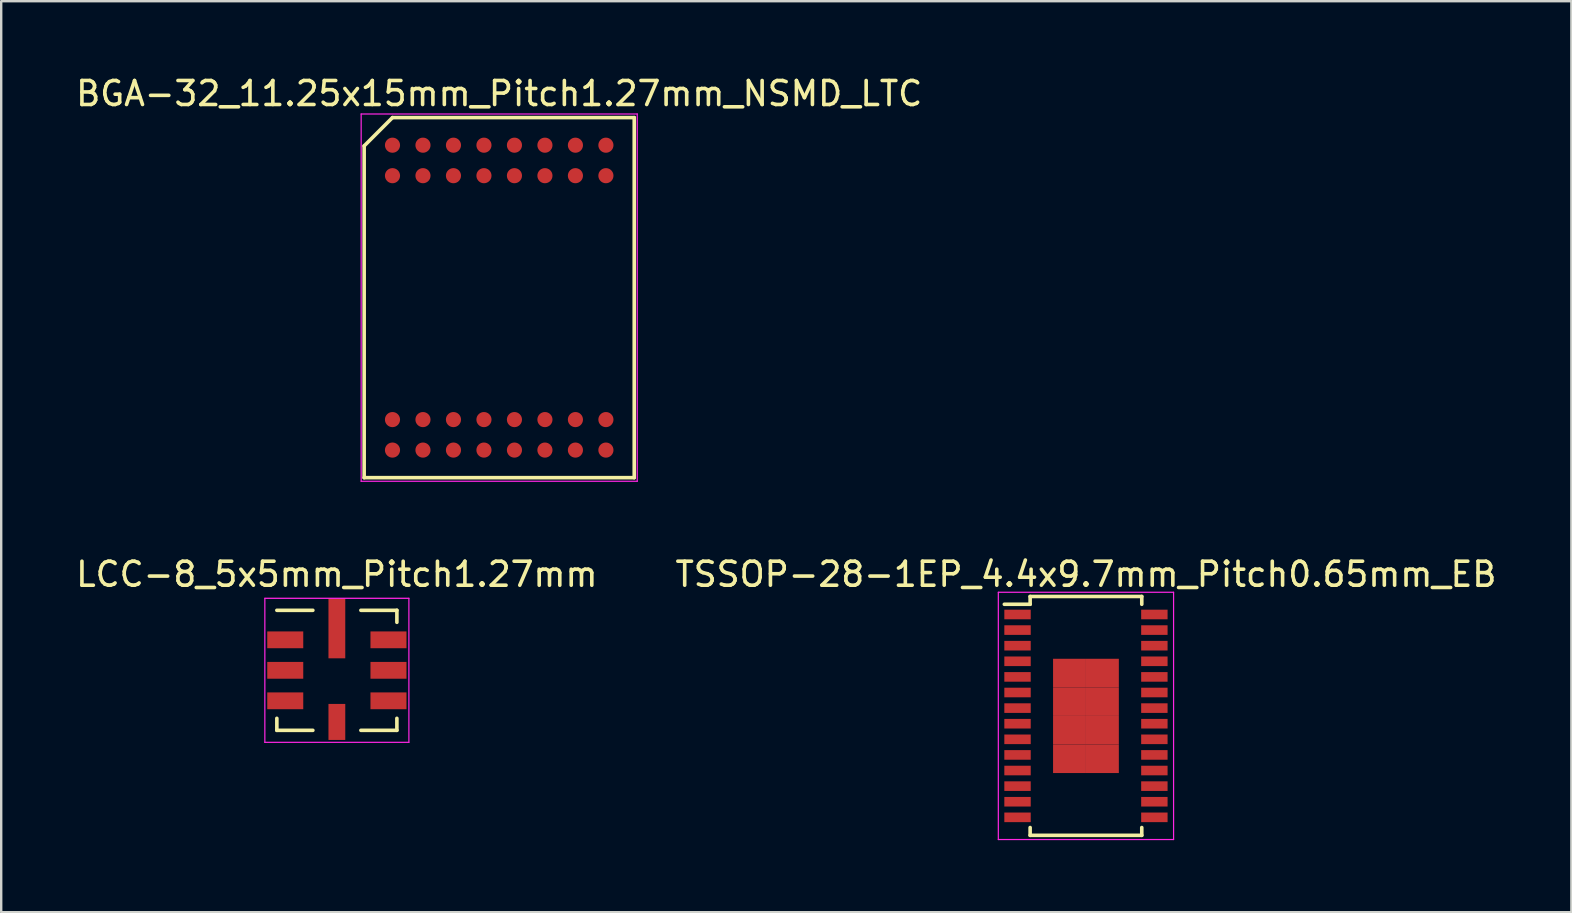
<source format=kicad_pcb>
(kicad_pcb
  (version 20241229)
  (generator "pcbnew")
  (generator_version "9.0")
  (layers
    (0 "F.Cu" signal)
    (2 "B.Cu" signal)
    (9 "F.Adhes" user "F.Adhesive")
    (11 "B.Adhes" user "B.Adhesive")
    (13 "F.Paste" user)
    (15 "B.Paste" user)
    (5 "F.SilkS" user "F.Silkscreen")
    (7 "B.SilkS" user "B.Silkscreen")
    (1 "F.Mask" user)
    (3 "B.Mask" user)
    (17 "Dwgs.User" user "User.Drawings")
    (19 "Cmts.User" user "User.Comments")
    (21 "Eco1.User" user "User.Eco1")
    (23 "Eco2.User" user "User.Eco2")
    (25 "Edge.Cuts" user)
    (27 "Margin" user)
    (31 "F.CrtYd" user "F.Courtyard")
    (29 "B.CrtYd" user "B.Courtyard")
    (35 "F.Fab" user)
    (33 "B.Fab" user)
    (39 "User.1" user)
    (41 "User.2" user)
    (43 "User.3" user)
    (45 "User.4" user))
  (footprint "BGA-32_11.25x15mm_Pitch1.27mm_NSMD_LTC"
    (layer "F.Cu")
    (at 17.744 9.348)
    (property "Reference" "BGA-32_11.25x15mm_Pitch1.27mm_NSMD_LTC" (at 0 -8.5 0) (layer "F.SilkS") (effects (font (size 1 1) (thickness 0.15))))
    (attr smd)
    (fp_line (start -5.625 -6.32) (end -5.625 7.5) (stroke (width 0.15) (type solid)) (layer "F.SilkS"))
    (fp_line (start -5.625 7.5) (end 5.625 7.5) (stroke (width 0.15) (type solid)) (layer "F.SilkS"))
    (fp_line (start -4.445 -7.5) (end -5.625 -6.32) (stroke (width 0.15) (type solid)) (layer "F.SilkS"))
    (fp_line (start 5.625 -7.5) (end -4.445 -7.5) (stroke (width 0.15) (type solid)) (layer "F.SilkS"))
    (fp_line (start 5.625 7.5) (end 5.625 -7.5) (stroke (width 0.15) (type solid)) (layer "F.SilkS"))
    (fp_line (start -5.75 -7.65) (end 5.75 -7.65) (stroke (width 0.05) (type solid)) (layer "F.CrtYd"))
    (fp_line (start -5.75 7.65) (end -5.75 -7.65) (stroke (width 0.05) (type solid)) (layer "F.CrtYd"))
    (fp_line (start 5.75 -7.65) (end 5.75 7.65) (stroke (width 0.05) (type solid)) (layer "F.CrtYd"))
    (fp_line (start 5.75 7.65) (end -5.75 7.65) (stroke (width 0.05) (type solid)) (layer "F.CrtYd"))
    (pad "A1" smd circle (at -4.445 -6.35) (size 0.63 0.63) (layers "F.Cu" "F.Mask" "F.Paste"))
    (pad "A2" smd circle (at -3.175 -6.35) (size 0.63 0.63) (layers "F.Cu" "F.Mask" "F.Paste"))
    (pad "A3" smd circle (at -1.905 -6.35) (size 0.63 0.63) (layers "F.Cu" "F.Mask" "F.Paste"))
    (pad "A4" smd circle (at -0.635 -6.35) (size 0.63 0.63) (layers "F.Cu" "F.Mask" "F.Paste"))
    (pad "A5" smd circle (at 0.635 -6.35) (size 0.63 0.63) (layers "F.Cu" "F.Mask" "F.Paste"))
    (pad "A6" smd circle (at 1.905 -6.35) (size 0.63 0.63) (layers "F.Cu" "F.Mask" "F.Paste"))
    (pad "A7" smd circle (at 3.175 -6.35) (size 0.63 0.63) (layers "F.Cu" "F.Mask" "F.Paste"))
    (pad "A8" smd circle (at 4.445 -6.35) (size 0.63 0.63) (layers "F.Cu" "F.Mask" "F.Paste"))
    (pad "B1" smd circle (at -4.445 -5.08) (size 0.63 0.63) (layers "F.Cu" "F.Mask" "F.Paste"))
    (pad "B2" smd circle (at -3.175 -5.08) (size 0.63 0.63) (layers "F.Cu" "F.Mask" "F.Paste"))
    (pad "B3" smd circle (at -1.905 -5.08) (size 0.63 0.63) (layers "F.Cu" "F.Mask" "F.Paste"))
    (pad "B4" smd circle (at -0.635 -5.08) (size 0.63 0.63) (layers "F.Cu" "F.Mask" "F.Paste"))
    (pad "B5" smd circle (at 0.635 -5.08) (size 0.63 0.63) (layers "F.Cu" "F.Mask" "F.Paste"))
    (pad "B6" smd circle (at 1.905 -5.08) (size 0.63 0.63) (layers "F.Cu" "F.Mask" "F.Paste"))
    (pad "B7" smd circle (at 3.175 -5.08) (size 0.63 0.63) (layers "F.Cu" "F.Mask" "F.Paste"))
    (pad "B8" smd circle (at 4.445 -5.08) (size 0.63 0.63) (layers "F.Cu" "F.Mask" "F.Paste"))
    (pad "K1" smd circle (at -4.445 5.08) (size 0.63 0.63) (layers "F.Cu" "F.Mask" "F.Paste"))
    (pad "K2" smd circle (at -3.175 5.08) (size 0.63 0.63) (layers "F.Cu" "F.Mask" "F.Paste"))
    (pad "K3" smd circle (at -1.905 5.08) (size 0.63 0.63) (layers "F.Cu" "F.Mask" "F.Paste"))
    (pad "K4" smd circle (at -0.635 5.08) (size 0.63 0.63) (layers "F.Cu" "F.Mask" "F.Paste"))
    (pad "K5" smd circle (at 0.635 5.08) (size 0.63 0.63) (layers "F.Cu" "F.Mask" "F.Paste"))
    (pad "K6" smd circle (at 1.905 5.08) (size 0.63 0.63) (layers "F.Cu" "F.Mask" "F.Paste"))
    (pad "K7" smd circle (at 3.175 5.08) (size 0.63 0.63) (layers "F.Cu" "F.Mask" "F.Paste"))
    (pad "K8" smd circle (at 4.445 5.08) (size 0.63 0.63) (layers "F.Cu" "F.Mask" "F.Paste"))
    (pad "L1" smd circle (at -4.445 6.35) (size 0.63 0.63) (layers "F.Cu" "F.Mask" "F.Paste"))
    (pad "L2" smd circle (at -3.175 6.35) (size 0.63 0.63) (layers "F.Cu" "F.Mask" "F.Paste"))
    (pad "L3" smd circle (at -1.905 6.35) (size 0.63 0.63) (layers "F.Cu" "F.Mask" "F.Paste"))
    (pad "L4" smd circle (at -0.635 6.35) (size 0.63 0.63) (layers "F.Cu" "F.Mask" "F.Paste"))
    (pad "L5" smd circle (at 0.635 6.35) (size 0.63 0.63) (layers "F.Cu" "F.Mask" "F.Paste"))
    (pad "L6" smd circle (at 1.905 6.35) (size 0.63 0.63) (layers "F.Cu" "F.Mask" "F.Paste"))
    (pad "L7" smd circle (at 3.175 6.35) (size 0.63 0.63) (layers "F.Cu" "F.Mask" "F.Paste"))
    (pad "L8" smd circle (at 4.445 6.35) (size 0.63 0.63) (layers "F.Cu" "F.Mask" "F.Paste")))
  (footprint "LCC-8_5x5mm_Pitch1.27mm"
    (layer "F.Cu")
    (at 10.982 24.872)
    (property "Reference" "LCC-8_5x5mm_Pitch1.27mm" (at 0 -4 0) (layer "F.SilkS") (effects (font (size 1 1) (thickness 0.15))))
    (attr smd)
    (fp_line (start -2.5 -2.5) (end -1 -2.5) (stroke (width 0.15) (type solid)) (layer "F.SilkS"))
    (fp_line (start -2.5 2) (end -2.5 2.5) (stroke (width 0.15) (type solid)) (layer "F.SilkS"))
    (fp_line (start -2.5 2.5) (end -1 2.5) (stroke (width 0.15) (type solid)) (layer "F.SilkS"))
    (fp_line (start 2.5 -2.5) (end 1 -2.5) (stroke (width 0.15) (type solid)) (layer "F.SilkS"))
    (fp_line (start 2.5 -2) (end 2.5 -2.5) (stroke (width 0.15) (type solid)) (layer "F.SilkS"))
    (fp_line (start 2.5 2) (end 2.5 2.5) (stroke (width 0.15) (type solid)) (layer "F.SilkS"))
    (fp_line (start 2.5 2.5) (end 1 2.5) (stroke (width 0.15) (type solid)) (layer "F.SilkS"))
    (fp_line (start -3 -3) (end -3 3) (stroke (width 0.05) (type solid)) (layer "F.CrtYd"))
    (fp_line (start -3 -3) (end 3 -3) (stroke (width 0.05) (type solid)) (layer "F.CrtYd"))
    (fp_line (start -3 3) (end 3 3) (stroke (width 0.05) (type solid)) (layer "F.CrtYd"))
    (fp_line (start 3 -3) (end 3 3) (stroke (width 0.05) (type solid)) (layer "F.CrtYd"))
    (pad "1" smd rect (at -2.5 -1.27) (size 1.5 0.7) (drill (offset 0.35 0)) (layers "F.Cu" "F.Mask" "F.Paste"))
    (pad "2" smd rect (at -2.5 0) (size 1.5 0.7) (drill (offset 0.35 0)) (layers "F.Cu" "F.Mask" "F.Paste"))
    (pad "3" smd rect (at -2.5 1.27) (size 1.5 0.7) (drill (offset 0.35 0)) (layers "F.Cu" "F.Mask" "F.Paste"))
    (pad "4" smd rect (at 0 2.5 90) (size 1.5 0.7) (drill (offset 0.35 0)) (layers "F.Cu" "F.Mask" "F.Paste"))
    (pad "5" smd rect (at 2.5 1.27 180) (size 1.5 0.7) (drill (offset 0.35 0)) (layers "F.Cu" "F.Mask" "F.Paste"))
    (pad "8" smd rect (at 0 -2.5 270) (size 2.5 0.7) (drill (offset 0.75 0)) (layers "F.Cu" "F.Mask" "F.Paste"))
    (pad "8" smd rect (at 2.5 0 180) (size 1.5 0.7) (drill (offset 0.35 0)) (layers "F.Cu" "F.Mask" "F.Paste"))
    (pad "9" smd rect (at 2.5 -1.27 180) (size 1.5 0.7) (drill (offset 0.35 0)) (layers "F.Cu" "F.Mask" "F.Paste")))
  (footprint "TSSOP-28-1EP_4.4x9.7mm_Pitch0.65mm_EB"
    (layer "F.Cu")
    (at 42.185 26.771)
    (property "Reference" "TSSOP-28-1EP_4.4x9.7mm_Pitch0.65mm_EB" (at 0 -5.9 0) (layer "F.SilkS") (effects (font (size 1 1) (thickness 0.15))))
    (attr smd)
    (fp_line (start -2.325 -4.975) (end -2.325 -4.65) (stroke (width 0.15) (type solid)) (layer "F.SilkS"))
    (fp_line (start -2.325 -4.975) (end 2.325 -4.975) (stroke (width 0.15) (type solid)) (layer "F.SilkS"))
    (fp_line (start -2.325 -4.65) (end -3.4 -4.65) (stroke (width 0.15) (type solid)) (layer "F.SilkS"))
    (fp_line (start -2.325 4.975) (end -2.325 4.65) (stroke (width 0.15) (type solid)) (layer "F.SilkS"))
    (fp_line (start -2.325 4.975) (end 2.325 4.975) (stroke (width 0.15) (type solid)) (layer "F.SilkS"))
    (fp_line (start 2.325 -4.975) (end 2.325 -4.65) (stroke (width 0.15) (type solid)) (layer "F.SilkS"))
    (fp_line (start 2.325 4.975) (end 2.325 4.65) (stroke (width 0.15) (type solid)) (layer "F.SilkS"))
    (fp_line (start -3.65 -5.15) (end -3.65 5.15) (stroke (width 0.05) (type solid)) (layer "F.CrtYd"))
    (fp_line (start -3.65 -5.15) (end 3.65 -5.15) (stroke (width 0.05) (type solid)) (layer "F.CrtYd"))
    (fp_line (start -3.65 5.15) (end 3.65 5.15) (stroke (width 0.05) (type solid)) (layer "F.CrtYd"))
    (fp_line (start 3.65 -5.15) (end 3.65 5.15) (stroke (width 0.05) (type solid)) (layer "F.CrtYd"))
    (pad "1" smd rect (at -2.85 -4.225) (size 1.1 0.4) (layers "F.Cu" "F.Mask" "F.Paste"))
    (pad "2" smd rect (at -2.85 -3.575) (size 1.1 0.4) (layers "F.Cu" "F.Mask" "F.Paste"))
    (pad "3" smd rect (at -2.85 -2.925) (size 1.1 0.4) (layers "F.Cu" "F.Mask" "F.Paste"))
    (pad "4" smd rect (at -2.85 -2.275) (size 1.1 0.4) (layers "F.Cu" "F.Mask" "F.Paste"))
    (pad "5" smd rect (at -2.85 -1.625) (size 1.1 0.4) (layers "F.Cu" "F.Mask" "F.Paste"))
    (pad "6" smd rect (at -2.85 -0.975) (size 1.1 0.4) (layers "F.Cu" "F.Mask" "F.Paste"))
    (pad "7" smd rect (at -2.85 -0.325) (size 1.1 0.4) (layers "F.Cu" "F.Mask" "F.Paste"))
    (pad "8" smd rect (at -2.85 0.325) (size 1.1 0.4) (layers "F.Cu" "F.Mask" "F.Paste"))
    (pad "9" smd rect (at -2.85 0.975) (size 1.1 0.4) (layers "F.Cu" "F.Mask" "F.Paste"))
    (pad "10" smd rect (at -2.85 1.625) (size 1.1 0.4) (layers "F.Cu" "F.Mask" "F.Paste"))
    (pad "11" smd rect (at -2.85 2.275) (size 1.1 0.4) (layers "F.Cu" "F.Mask" "F.Paste"))
    (pad "12" smd rect (at -2.85 2.925) (size 1.1 0.4) (layers "F.Cu" "F.Mask" "F.Paste"))
    (pad "13" smd rect (at -2.85 3.575) (size 1.1 0.4) (layers "F.Cu" "F.Mask" "F.Paste"))
    (pad "14" smd rect (at -2.85 4.225) (size 1.1 0.4) (layers "F.Cu" "F.Mask" "F.Paste"))
    (pad "15" smd rect (at 2.85 4.225) (size 1.1 0.4) (layers "F.Cu" "F.Mask" "F.Paste"))
    (pad "16" smd rect (at 2.85 3.575) (size 1.1 0.4) (layers "F.Cu" "F.Mask" "F.Paste"))
    (pad "17" smd rect (at 2.85 2.925) (size 1.1 0.4) (layers "F.Cu" "F.Mask" "F.Paste"))
    (pad "18" smd rect (at 2.85 2.275) (size 1.1 0.4) (layers "F.Cu" "F.Mask" "F.Paste"))
    (pad "19" smd rect (at 2.85 1.625) (size 1.1 0.4) (layers "F.Cu" "F.Mask" "F.Paste"))
    (pad "20" smd rect (at 2.85 0.975) (size 1.1 0.4) (layers "F.Cu" "F.Mask" "F.Paste"))
    (pad "21" smd rect (at 2.85 0.325) (size 1.1 0.4) (layers "F.Cu" "F.Mask" "F.Paste"))
    (pad "22" smd rect (at 2.85 -0.325) (size 1.1 0.4) (layers "F.Cu" "F.Mask" "F.Paste"))
    (pad "23" smd rect (at 2.85 -0.975) (size 1.1 0.4) (layers "F.Cu" "F.Mask" "F.Paste"))
    (pad "24" smd rect (at 2.85 -1.625) (size 1.1 0.4) (layers "F.Cu" "F.Mask" "F.Paste"))
    (pad "25" smd rect (at 2.85 -2.275) (size 1.1 0.4) (layers "F.Cu" "F.Mask" "F.Paste"))
    (pad "26" smd rect (at 2.85 -2.925) (size 1.1 0.4) (layers "F.Cu" "F.Mask" "F.Paste"))
    (pad "27" smd rect (at 2.85 -3.575) (size 1.1 0.4) (layers "F.Cu" "F.Mask" "F.Paste"))
    (pad "28" smd rect (at 2.85 -4.225) (size 1.1 0.4) (layers "F.Cu" "F.Mask" "F.Paste"))
    (pad "29" smd rect (at -0.685 -1.785) (size 1.37 1.19) (layers "F.Cu" "F.Mask" "F.Paste"))
    (pad "29" smd rect (at -0.685 -0.595) (size 1.37 1.19) (layers "F.Cu" "F.Mask" "F.Paste"))
    (pad "29" smd rect (at -0.685 0.595) (size 1.37 1.19) (layers "F.Cu" "F.Mask" "F.Paste"))
    (pad "29" smd rect (at -0.685 1.785) (size 1.37 1.19) (layers "F.Cu" "F.Mask" "F.Paste"))
    (pad "29" smd rect (at 0.685 -1.785) (size 1.37 1.19) (layers "F.Cu" "F.Mask" "F.Paste"))
    (pad "29" smd rect (at 0.685 -0.595) (size 1.37 1.19) (layers "F.Cu" "F.Mask" "F.Paste"))
    (pad "29" smd rect (at 0.685 0.595) (size 1.37 1.19) (layers "F.Cu" "F.Mask" "F.Paste"))
    (pad "29" smd rect (at 0.685 1.785) (size 1.37 1.19) (layers "F.Cu" "F.Mask" "F.Paste")))
  (gr_rect
    (start -3 -3)
    (end 62.405 34.947)
    (stroke (width 0.1) (type default))
    (fill no)
    (layer "Edge.Cuts")))
</source>
